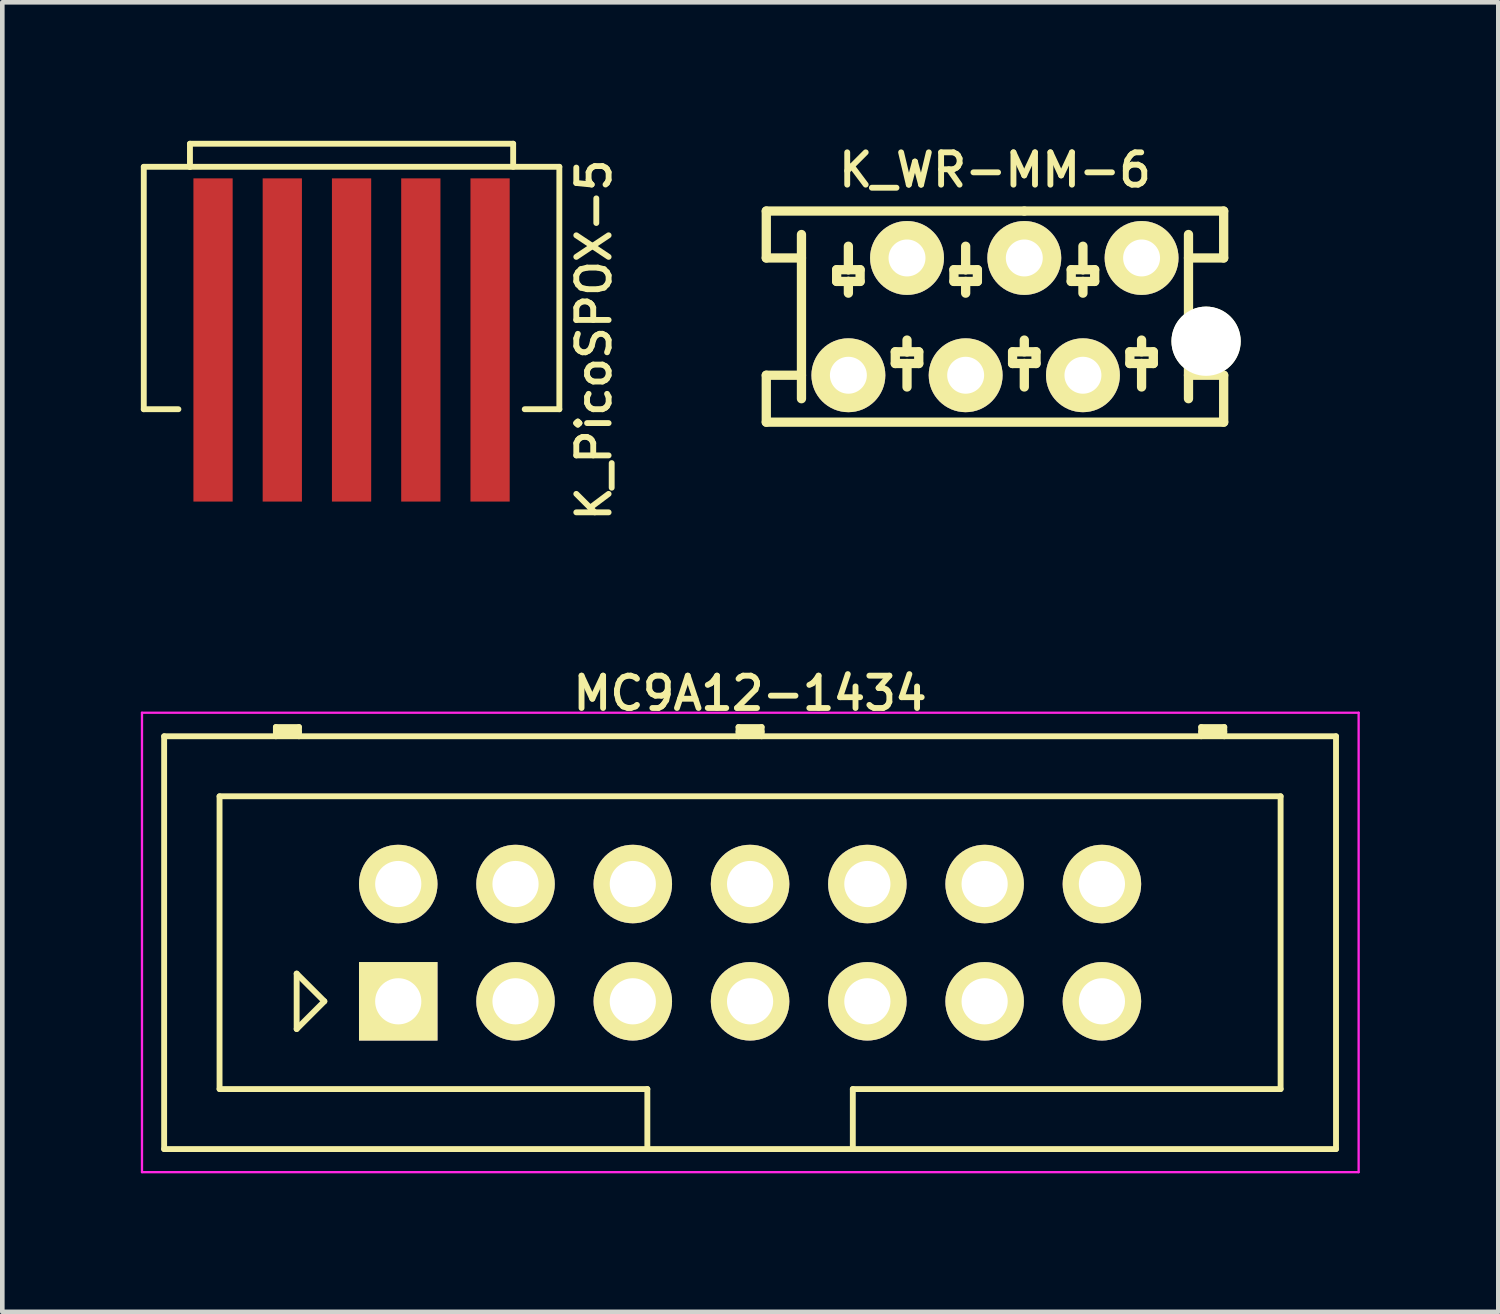
<source format=kicad_pcb>
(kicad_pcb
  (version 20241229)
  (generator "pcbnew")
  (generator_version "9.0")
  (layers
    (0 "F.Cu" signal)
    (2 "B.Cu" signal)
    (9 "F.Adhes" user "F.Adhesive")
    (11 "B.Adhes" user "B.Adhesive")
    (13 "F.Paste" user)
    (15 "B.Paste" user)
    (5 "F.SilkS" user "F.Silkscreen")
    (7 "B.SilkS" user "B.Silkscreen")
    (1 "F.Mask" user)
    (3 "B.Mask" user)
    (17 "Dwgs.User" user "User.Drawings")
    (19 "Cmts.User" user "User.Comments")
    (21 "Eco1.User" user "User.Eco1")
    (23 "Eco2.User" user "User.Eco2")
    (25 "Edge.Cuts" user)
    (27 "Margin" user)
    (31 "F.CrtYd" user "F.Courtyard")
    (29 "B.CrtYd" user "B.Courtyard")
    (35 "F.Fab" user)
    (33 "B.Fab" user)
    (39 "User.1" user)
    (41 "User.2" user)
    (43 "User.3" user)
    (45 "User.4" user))
  (footprint "K_WR-MM-6"
    (layer "F.Cu")
    (at 18.499 3.807)
    (property "Reference" "K_WR-MM-6" (at 0 -3.175 0) (layer "F.SilkS") (effects (font (size 0.7 0.7) (thickness 0.127))))
    (attr through_hole)
    (fp_line (start -4.953 -2.286) (end -4.953 -1.27) (stroke (width 0.201) (type solid)) (layer "F.SilkS"))
    (fp_line (start -4.953 -2.286) (end 0.635 -2.286) (stroke (width 0.201) (type solid)) (layer "F.SilkS"))
    (fp_line (start -4.953 -1.27) (end -4.191 -1.27) (stroke (width 0.201) (type solid)) (layer "F.SilkS"))
    (fp_line (start -4.953 1.27) (end -4.191 1.27) (stroke (width 0.201) (type solid)) (layer "F.SilkS"))
    (fp_line (start -4.953 2.286) (end -4.953 1.27) (stroke (width 0.201) (type solid)) (layer "F.SilkS"))
    (fp_line (start -4.191 1.778) (end -4.191 -1.778) (stroke (width 0.201) (type solid)) (layer "F.SilkS"))
    (fp_line (start -3.429 -1.016) (end -3.175 -1.016) (stroke (width 0.201) (type solid)) (layer "F.SilkS"))
    (fp_line (start -3.429 -0.762) (end -3.429 -1.016) (stroke (width 0.201) (type solid)) (layer "F.SilkS"))
    (fp_line (start -3.175 -1.524) (end -3.175 -1.016) (stroke (width 0.201) (type solid)) (layer "F.SilkS"))
    (fp_line (start -3.175 -1.016) (end -2.921 -1.016) (stroke (width 0.201) (type solid)) (layer "F.SilkS"))
    (fp_line (start -3.175 -0.762) (end -3.429 -0.762) (stroke (width 0.201) (type solid)) (layer "F.SilkS"))
    (fp_line (start -3.175 -0.762) (end -3.175 -0.508) (stroke (width 0.201) (type solid)) (layer "F.SilkS"))
    (fp_line (start -2.921 -1.016) (end -2.921 -0.762) (stroke (width 0.201) (type solid)) (layer "F.SilkS"))
    (fp_line (start -2.921 -0.762) (end -3.175 -0.762) (stroke (width 0.201) (type solid)) (layer "F.SilkS"))
    (fp_line (start -2.159 0.762) (end -2.159 1.016) (stroke (width 0.201) (type solid)) (layer "F.SilkS"))
    (fp_line (start -2.159 1.016) (end -1.651 1.016) (stroke (width 0.201) (type solid)) (layer "F.SilkS"))
    (fp_line (start -1.905 0.508) (end -1.905 0.762) (stroke (width 0.201) (type solid)) (layer "F.SilkS"))
    (fp_line (start -1.905 0.762) (end -2.159 0.762) (stroke (width 0.201) (type solid)) (layer "F.SilkS"))
    (fp_line (start -1.905 1.016) (end -1.905 1.524) (stroke (width 0.201) (type solid)) (layer "F.SilkS"))
    (fp_line (start -1.651 0.762) (end -1.905 0.762) (stroke (width 0.201) (type solid)) (layer "F.SilkS"))
    (fp_line (start -1.651 1.016) (end -1.651 0.762) (stroke (width 0.201) (type solid)) (layer "F.SilkS"))
    (fp_line (start -0.889 -1.016) (end -0.635 -1.016) (stroke (width 0.201) (type solid)) (layer "F.SilkS"))
    (fp_line (start -0.889 -0.762) (end -0.889 -1.016) (stroke (width 0.201) (type solid)) (layer "F.SilkS"))
    (fp_line (start -0.635 -1.524) (end -0.635 -1.016) (stroke (width 0.201) (type solid)) (layer "F.SilkS"))
    (fp_line (start -0.635 -1.016) (end -0.381 -1.016) (stroke (width 0.201) (type solid)) (layer "F.SilkS"))
    (fp_line (start -0.635 -0.762) (end -0.635 -0.508) (stroke (width 0.201) (type solid)) (layer "F.SilkS"))
    (fp_line (start -0.381 -1.016) (end -0.381 -0.762) (stroke (width 0.201) (type solid)) (layer "F.SilkS"))
    (fp_line (start -0.381 -0.762) (end -0.889 -0.762) (stroke (width 0.201) (type solid)) (layer "F.SilkS"))
    (fp_line (start 0.381 0.762) (end 0.889 0.762) (stroke (width 0.201) (type solid)) (layer "F.SilkS"))
    (fp_line (start 0.381 1.016) (end 0.381 0.762) (stroke (width 0.201) (type solid)) (layer "F.SilkS"))
    (fp_line (start 0.635 -2.286) (end 4.953 -2.286) (stroke (width 0.201) (type solid)) (layer "F.SilkS"))
    (fp_line (start 0.635 0.762) (end 0.635 0.508) (stroke (width 0.201) (type solid)) (layer "F.SilkS"))
    (fp_line (start 0.635 1.016) (end 0.381 1.016) (stroke (width 0.201) (type solid)) (layer "F.SilkS"))
    (fp_line (start 0.635 1.524) (end 0.635 1.016) (stroke (width 0.201) (type solid)) (layer "F.SilkS"))
    (fp_line (start 0.889 0.762) (end 0.889 1.016) (stroke (width 0.201) (type solid)) (layer "F.SilkS"))
    (fp_line (start 0.889 1.016) (end 0.635 1.016) (stroke (width 0.201) (type solid)) (layer "F.SilkS"))
    (fp_line (start 1.651 -1.016) (end 1.651 -0.762) (stroke (width 0.201) (type solid)) (layer "F.SilkS"))
    (fp_line (start 1.651 -0.762) (end 2.159 -0.762) (stroke (width 0.201) (type solid)) (layer "F.SilkS"))
    (fp_line (start 1.905 -1.524) (end 1.905 -1.016) (stroke (width 0.201) (type solid)) (layer "F.SilkS"))
    (fp_line (start 1.905 -1.016) (end 1.651 -1.016) (stroke (width 0.201) (type solid)) (layer "F.SilkS"))
    (fp_line (start 1.905 -0.762) (end 1.905 -0.508) (stroke (width 0.201) (type solid)) (layer "F.SilkS"))
    (fp_line (start 2.159 -1.016) (end 1.905 -1.016) (stroke (width 0.201) (type solid)) (layer "F.SilkS"))
    (fp_line (start 2.159 -0.762) (end 2.159 -1.016) (stroke (width 0.201) (type solid)) (layer "F.SilkS"))
    (fp_line (start 2.921 0.762) (end 2.921 1.016) (stroke (width 0.201) (type solid)) (layer "F.SilkS"))
    (fp_line (start 2.921 1.016) (end 3.175 1.016) (stroke (width 0.201) (type solid)) (layer "F.SilkS"))
    (fp_line (start 3.175 0.762) (end 3.175 0.508) (stroke (width 0.201) (type solid)) (layer "F.SilkS"))
    (fp_line (start 3.175 1.016) (end 3.429 1.016) (stroke (width 0.201) (type solid)) (layer "F.SilkS"))
    (fp_line (start 3.175 1.524) (end 3.175 1.016) (stroke (width 0.201) (type solid)) (layer "F.SilkS"))
    (fp_line (start 3.429 0.762) (end 2.921 0.762) (stroke (width 0.201) (type solid)) (layer "F.SilkS"))
    (fp_line (start 3.429 1.016) (end 3.429 0.762) (stroke (width 0.201) (type solid)) (layer "F.SilkS"))
    (fp_line (start 4.191 -1.778) (end 4.191 1.778) (stroke (width 0.201) (type solid)) (layer "F.SilkS"))
    (fp_line (start 4.953 -2.286) (end 4.953 -1.27) (stroke (width 0.201) (type solid)) (layer "F.SilkS"))
    (fp_line (start 4.953 -1.27) (end 4.191 -1.27) (stroke (width 0.201) (type solid)) (layer "F.SilkS"))
    (fp_line (start 4.953 1.27) (end 4.191 1.27) (stroke (width 0.201) (type solid)) (layer "F.SilkS"))
    (fp_line (start 4.953 2.286) (end -4.953 2.286) (stroke (width 0.201) (type solid)) (layer "F.SilkS"))
    (fp_line (start 4.953 2.286) (end 4.953 1.27) (stroke (width 0.201) (type solid)) (layer "F.SilkS"))
    (pad "" np_thru_hole circle (at 4.572 0.533) (size 1.5 1.5) (drill 1.5) (layers "*.Cu" "*.Mask" "F.SilkS"))
    (pad "1" thru_hole circle (at 3.175 -1.27) (size 1.6 1.6) (drill 0.8) (layers "*.Cu" "*.Mask" "F.SilkS"))
    (pad "2" thru_hole circle (at 1.905 1.27) (size 1.6 1.6) (drill 0.8) (layers "*.Cu" "*.Mask" "F.SilkS"))
    (pad "3" thru_hole circle (at 0.635 -1.27) (size 1.6 1.6) (drill 0.8) (layers "*.Cu" "*.Mask" "F.SilkS"))
    (pad "4" thru_hole circle (at -0.635 1.27) (size 1.6 1.6) (drill 0.8) (layers "*.Cu" "*.Mask" "F.SilkS"))
    (pad "5" thru_hole circle (at -1.905 -1.27) (size 1.6 1.6) (drill 0.8) (layers "*.Cu" "*.Mask" "F.SilkS"))
    (pad "6" thru_hole circle (at -3.175 1.27) (size 1.6 1.6) (drill 0.8) (layers "*.Cu" "*.Mask" "F.SilkS")))
  (footprint "K_PicoSPOX-5"
    (layer "F.Cu")
    (at 4.564 2.933)
    (property "Reference" "K_PicoSPOX-5" (at 5.25 1.38 90) (layer "F.SilkS") (effects (font (size 0.7 0.7) (thickness 0.127))))
    (attr smd)
    (fp_line (start -4.5 -2.37) (end -3.5 -2.37) (stroke (width 0.127) (type solid)) (layer "F.SilkS"))
    (fp_line (start -4.5 2.88) (end -4.5 -2.37) (stroke (width 0.127) (type solid)) (layer "F.SilkS"))
    (fp_line (start -4.5 2.88) (end -3.75 2.88) (stroke (width 0.127) (type solid)) (layer "F.SilkS"))
    (fp_line (start -3.5 -2.87) (end 3.5 -2.87) (stroke (width 0.127) (type solid)) (layer "F.SilkS"))
    (fp_line (start -3.5 -2.37) (end -3.5 -2.87) (stroke (width 0.127) (type solid)) (layer "F.SilkS"))
    (fp_line (start -3.5 -2.37) (end 4.5 -2.37) (stroke (width 0.127) (type solid)) (layer "F.SilkS"))
    (fp_line (start 3.5 -2.87) (end 3.5 -2.37) (stroke (width 0.127) (type solid)) (layer "F.SilkS"))
    (fp_line (start 4.5 -2.37) (end 4.5 2.88) (stroke (width 0.127) (type solid)) (layer "F.SilkS"))
    (fp_line (start 4.5 2.88) (end 3.75 2.88) (stroke (width 0.127) (type solid)) (layer "F.SilkS"))
    (pad "1" smd rect (at -3 1.38) (size 0.85 7) (layers "F.Cu" "F.Mask" "F.Paste"))
    (pad "2" smd rect (at -1.5 1.38) (size 0.85 7) (layers "F.Cu" "F.Mask" "F.Paste"))
    (pad "3" smd rect (at 0 1.38) (size 0.85 7) (layers "F.Cu" "F.Mask" "F.Paste"))
    (pad "4" smd rect (at 1.5 1.38) (size 0.85 7) (layers "F.Cu" "F.Mask" "F.Paste"))
    (pad "5" smd rect (at 3 1.38) (size 0.85 7) (layers "F.Cu" "F.Mask" "F.Paste")))
  (footprint "MC9A12-1434"
    (layer "F.Cu")
    (at 13.195 17.366)
    (property "Reference" "MC9A12-1434" (at 0 -5.4 0) (layer "F.SilkS") (effects (font (size 0.7 0.7) (thickness 0.127))))
    (attr through_hole)
    (fp_line (start -12.69 -4.47) (end 12.69 -4.47) (stroke (width 0.127) (type solid)) (layer "F.SilkS"))
    (fp_line (start -12.69 4.47) (end -12.69 -4.47) (stroke (width 0.127) (type solid)) (layer "F.SilkS"))
    (fp_line (start -11.49 -3.17) (end 11.49 -3.17) (stroke (width 0.127) (type solid)) (layer "F.SilkS"))
    (fp_line (start -11.49 3.17) (end -11.49 -3.17) (stroke (width 0.127) (type solid)) (layer "F.SilkS"))
    (fp_line (start -10.27 -4.67) (end -9.77 -4.67) (stroke (width 0.127) (type solid)) (layer "F.SilkS"))
    (fp_line (start -10.27 -4.57) (end -9.77 -4.57) (stroke (width 0.127) (type solid)) (layer "F.SilkS"))
    (fp_line (start -10.27 -4.47) (end -10.27 -4.67) (stroke (width 0.127) (type solid)) (layer "F.SilkS"))
    (fp_line (start -9.82 0.67) (end -9.22 1.27) (stroke (width 0.127) (type solid)) (layer "F.SilkS"))
    (fp_line (start -9.82 1.87) (end -9.82 0.67) (stroke (width 0.127) (type solid)) (layer "F.SilkS"))
    (fp_line (start -9.77 -4.67) (end -9.77 -4.47) (stroke (width 0.127) (type solid)) (layer "F.SilkS"))
    (fp_line (start -9.22 1.27) (end -9.82 1.87) (stroke (width 0.127) (type solid)) (layer "F.SilkS"))
    (fp_line (start -2.225 3.17) (end -11.49 3.17) (stroke (width 0.127) (type solid)) (layer "F.SilkS"))
    (fp_line (start -2.225 4.47) (end -2.225 3.17) (stroke (width 0.127) (type solid)) (layer "F.SilkS"))
    (fp_line (start -0.25 -4.67) (end 0.25 -4.67) (stroke (width 0.127) (type solid)) (layer "F.SilkS"))
    (fp_line (start -0.25 -4.57) (end 0.25 -4.57) (stroke (width 0.127) (type solid)) (layer "F.SilkS"))
    (fp_line (start -0.25 -4.47) (end -0.25 -4.67) (stroke (width 0.127) (type solid)) (layer "F.SilkS"))
    (fp_line (start 0.25 -4.67) (end 0.25 -4.47) (stroke (width 0.127) (type solid)) (layer "F.SilkS"))
    (fp_line (start 2.225 3.17) (end 2.225 4.47) (stroke (width 0.127) (type solid)) (layer "F.SilkS"))
    (fp_line (start 9.77 -4.67) (end 10.27 -4.67) (stroke (width 0.127) (type solid)) (layer "F.SilkS"))
    (fp_line (start 9.77 -4.57) (end 10.27 -4.57) (stroke (width 0.127) (type solid)) (layer "F.SilkS"))
    (fp_line (start 9.77 -4.47) (end 9.77 -4.67) (stroke (width 0.127) (type solid)) (layer "F.SilkS"))
    (fp_line (start 10.27 -4.67) (end 10.27 -4.47) (stroke (width 0.127) (type solid)) (layer "F.SilkS"))
    (fp_line (start 11.49 -3.17) (end 11.49 3.17) (stroke (width 0.127) (type solid)) (layer "F.SilkS"))
    (fp_line (start 11.49 3.17) (end 2.225 3.17) (stroke (width 0.127) (type solid)) (layer "F.SilkS"))
    (fp_line (start 12.69 -4.47) (end 12.69 4.47) (stroke (width 0.127) (type solid)) (layer "F.SilkS"))
    (fp_line (start 12.69 4.47) (end -12.69 4.47) (stroke (width 0.127) (type solid)) (layer "F.SilkS"))
    (fp_line (start -13.17 -4.98) (end 13.18 -4.98) (stroke (width 0.05) (type solid)) (layer "F.CrtYd"))
    (fp_line (start -13.17 4.97) (end -13.17 -4.98) (stroke (width 0.05) (type solid)) (layer "F.CrtYd"))
    (fp_line (start 13.18 -4.98) (end 13.18 4.97) (stroke (width 0.05) (type solid)) (layer "F.CrtYd"))
    (fp_line (start 13.18 4.97) (end -13.17 4.97) (stroke (width 0.05) (type solid)) (layer "F.CrtYd"))
    (pad "1" thru_hole rect (at -7.62 1.27) (size 1.7 1.7) (drill 1) (layers "*.Cu" "*.Mask" "F.SilkS"))
    (pad "2" thru_hole circle (at -7.62 -1.27) (size 1.7 1.7) (drill 1) (layers "*.Cu" "*.Mask" "F.SilkS"))
    (pad "3" thru_hole circle (at -5.08 1.27) (size 1.7 1.7) (drill 1) (layers "*.Cu" "*.Mask" "F.SilkS"))
    (pad "4" thru_hole circle (at -5.08 -1.27) (size 1.7 1.7) (drill 1) (layers "*.Cu" "*.Mask" "F.SilkS"))
    (pad "5" thru_hole circle (at -2.54 1.27) (size 1.7 1.7) (drill 1) (layers "*.Cu" "*.Mask" "F.SilkS"))
    (pad "6" thru_hole circle (at -2.54 -1.27) (size 1.7 1.7) (drill 1) (layers "*.Cu" "*.Mask" "F.SilkS"))
    (pad "7" thru_hole circle (at 0 1.27) (size 1.7 1.7) (drill 1) (layers "*.Cu" "*.Mask" "F.SilkS"))
    (pad "8" thru_hole circle (at 0 -1.27) (size 1.7 1.7) (drill 1) (layers "*.Cu" "*.Mask" "F.SilkS"))
    (pad "9" thru_hole circle (at 2.54 1.27) (size 1.7 1.7) (drill 1) (layers "*.Cu" "*.Mask" "F.SilkS"))
    (pad "10" thru_hole circle (at 2.54 -1.27) (size 1.7 1.7) (drill 1) (layers "*.Cu" "*.Mask" "F.SilkS"))
    (pad "11" thru_hole circle (at 5.08 1.27) (size 1.7 1.7) (drill 1) (layers "*.Cu" "*.Mask" "F.SilkS"))
    (pad "12" thru_hole circle (at 5.08 -1.27) (size 1.7 1.7) (drill 1) (layers "*.Cu" "*.Mask" "F.SilkS"))
    (pad "13" thru_hole circle (at 7.62 1.27) (size 1.7 1.7) (drill 1) (layers "*.Cu" "*.Mask" "F.SilkS"))
    (pad "14" thru_hole circle (at 7.62 -1.27) (size 1.7 1.7) (drill 1) (layers "*.Cu" "*.Mask" "F.SilkS")))
  (gr_rect
    (start -3 -3)
    (end 29.4 25.361)
    (stroke (width 0.1) (type default))
    (fill no)
    (layer "Edge.Cuts")))
</source>
